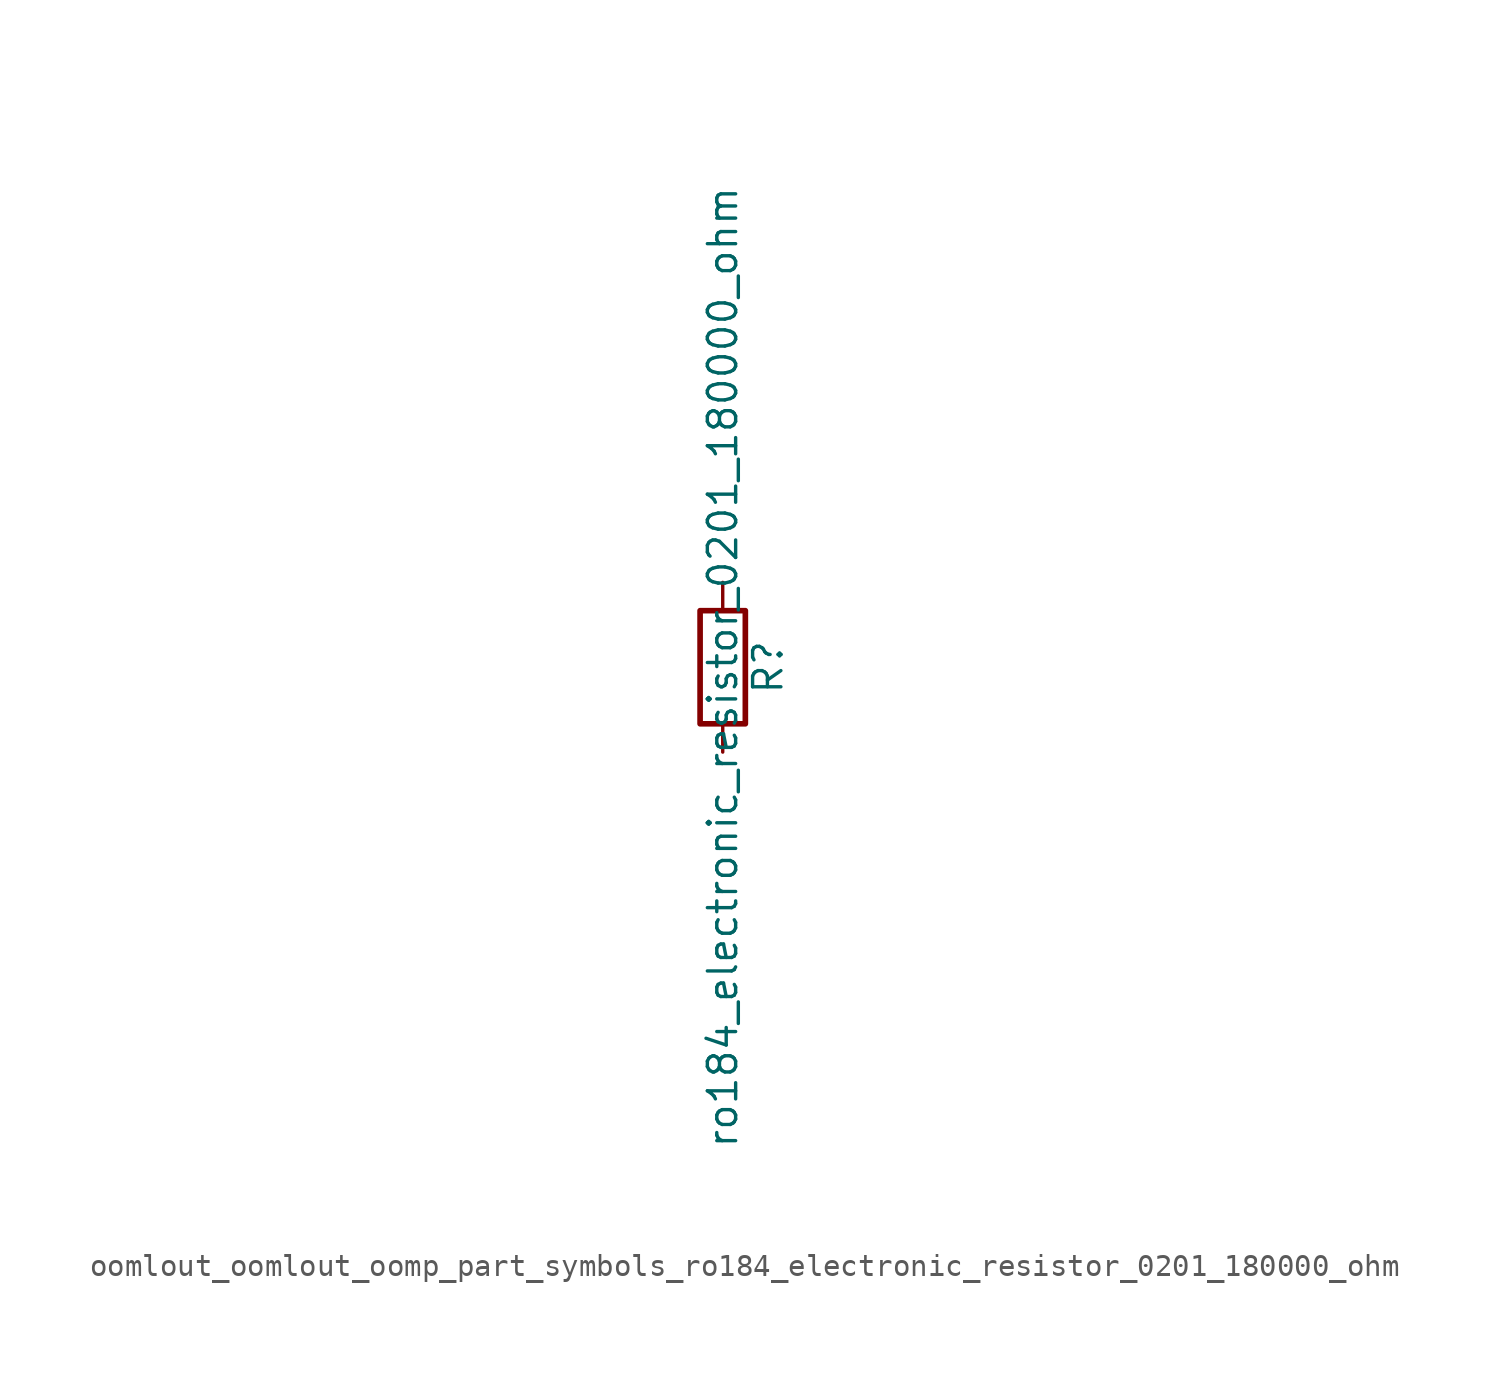
<source format=kicad_sym>
(kicad_symbol_lib
  (version 20220914)
  (generator kicad_symbol_editor)
  (symbol "oomlout_oomlout_oomp_part_symbols_ro184_electronic_resistor_0201_180000_ohm"
    (pin_numbers hide)
    (pin_names
      (offset 0))
    (property "Reference" "R"
      (at 2.032 0 90)
      (effects (font (size 1.27 1.27))))
    (property "Value" "ro184_electronic_resistor_0201_180000_ohm"
      (at 0 0 90)
      (effects (font (size 1.27 1.27))))
    (symbol "oomlout_oomlout_oomp_part_symbols_ro184_electronic_resistor_0201_180000_ohm_0_1"
      (rectangle (start -1.016 -2.54) (end 1.016 2.54) (stroke (width 0.254) (type default)) (fill (type none))))
    (symbol "oomlout_oomlout_oomp_part_symbols_ro184_electronic_resistor_0201_180000_ohm_1_1"
      (pin passive line (at 0 3.81 270) (length 1.27) (name "~" (effects (font (size 1.27 1.27)))) (number "1" (effects (font (size 1.27 1.27)))))
      (pin passive line (at 0 -3.81 90) (length 1.27) (name "~" (effects (font (size 1.27 1.27)))) (number "2" (effects (font (size 1.27 1.27))))))))
</source>
